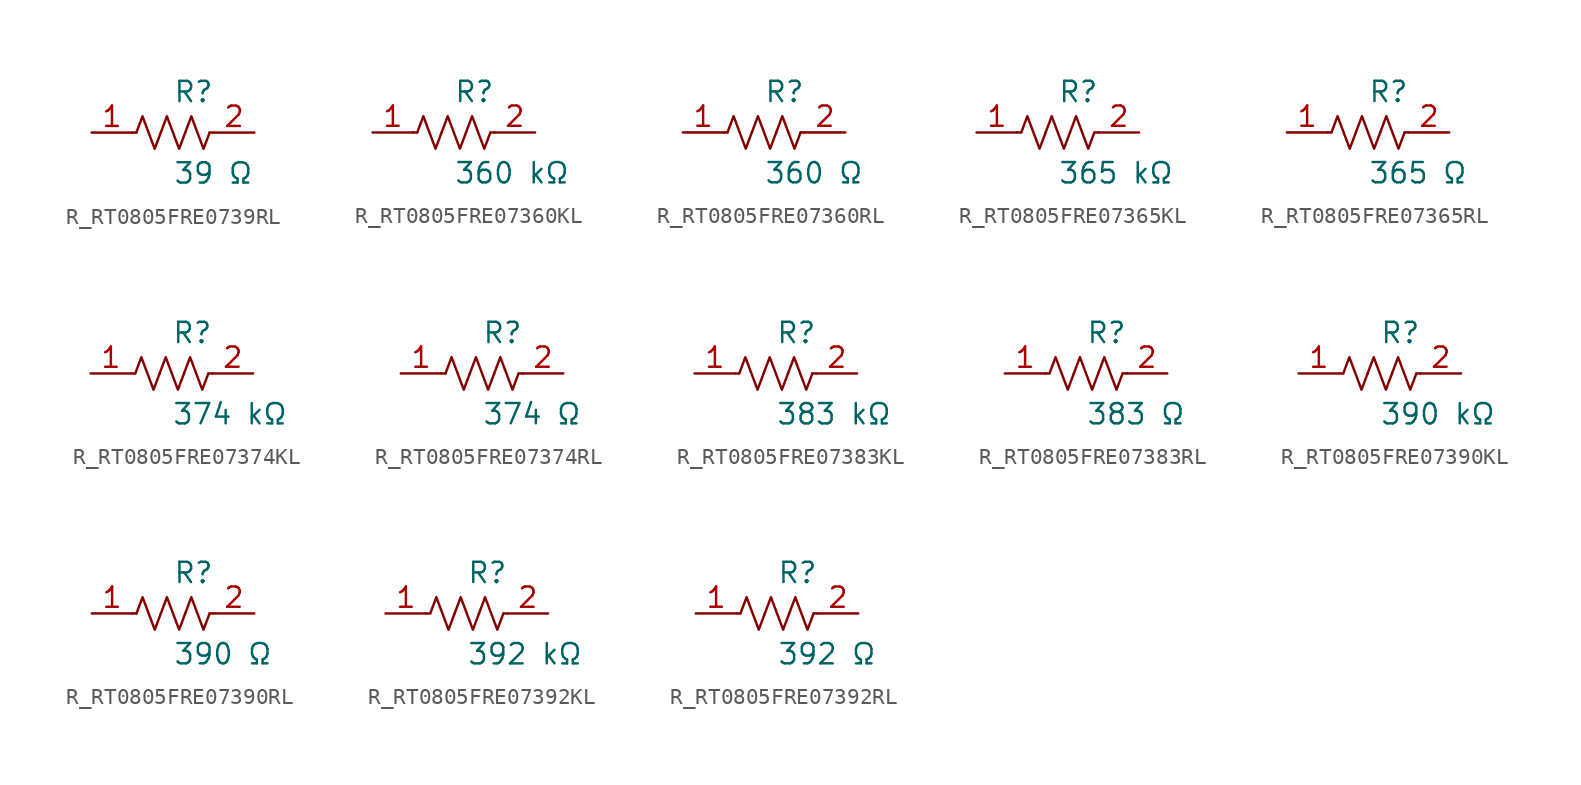
<source format=kicad_sym>
(kicad_symbol_lib
  (version 20231120)
  (generator kicad_symbol_editor)
  (generator_version 8.0)
  (symbol "R_RT0805FRE0739RL"
    (pin_names
      (offset 0.254))
    (property "Reference" "R"
      (at 0 2.54 0)
      (effects (font (size 1.27 1.27)) (justify left)))
    (property "Value" "39 Ω"
      (at 0 -2.54 0)
      (effects (font (size 1.27 1.27)) (justify left)))
    (symbol "R_RT0805FRE0739RL_0_1"
      (polyline (pts (xy 2.286 0) (xy 2.54 0)) (stroke (width 0) (type default)) (fill (type none)))
      (polyline (pts (xy -2.286 0) (xy -2.54 0)) (stroke (width 0) (type default)) (fill (type none)))
      (polyline (pts (xy 0.762 0) (xy 1.143 1.016) (xy 1.524 0) (xy 1.905 -1.016) (xy 2.286 0)) (stroke (width 0) (type default)) (fill (type none)))
      (polyline (pts (xy -0.762 0) (xy -0.381 1.016) (xy 0 0) (xy 0.381 -1.016) (xy 0.762 0)) (stroke (width 0) (type default)) (fill (type none)))
      (polyline (pts (xy -2.286 0) (xy -1.905 1.016) (xy -1.524 0) (xy -1.143 -1.016) (xy -0.762 0)) (stroke (width 0) (type default)) (fill (type none))))
    (pin passive line
      (at -5.08 0 0)
      (length 2.54)
      (name "" (effects (font (size 1.27 1.27))))
      (number "1" (effects (font (size 1.27 1.27)))))
    (pin passive line
      (at 5.08 0 180)
      (length 2.54)
      (name "" (effects (font (size 1.27 1.27))))
      (number "2" (effects (font (size 1.27 1.27))))))
  (symbol "R_RT0805FRE07360KL"
    (pin_names
      (offset 0.254))
    (property "Reference" "R"
      (at 0 2.54 0)
      (effects (font (size 1.27 1.27)) (justify left)))
    (property "Value" "360 kΩ"
      (at 0 -2.54 0)
      (effects (font (size 1.27 1.27)) (justify left)))
    (symbol "R_RT0805FRE07360KL_0_1"
      (polyline (pts (xy 2.286 0) (xy 2.54 0)) (stroke (width 0) (type default)) (fill (type none)))
      (polyline (pts (xy -2.286 0) (xy -2.54 0)) (stroke (width 0) (type default)) (fill (type none)))
      (polyline (pts (xy 0.762 0) (xy 1.143 1.016) (xy 1.524 0) (xy 1.905 -1.016) (xy 2.286 0)) (stroke (width 0) (type default)) (fill (type none)))
      (polyline (pts (xy -0.762 0) (xy -0.381 1.016) (xy 0 0) (xy 0.381 -1.016) (xy 0.762 0)) (stroke (width 0) (type default)) (fill (type none)))
      (polyline (pts (xy -2.286 0) (xy -1.905 1.016) (xy -1.524 0) (xy -1.143 -1.016) (xy -0.762 0)) (stroke (width 0) (type default)) (fill (type none))))
    (pin passive line
      (at -5.08 0 0)
      (length 2.54)
      (name "" (effects (font (size 1.27 1.27))))
      (number "1" (effects (font (size 1.27 1.27)))))
    (pin passive line
      (at 5.08 0 180)
      (length 2.54)
      (name "" (effects (font (size 1.27 1.27))))
      (number "2" (effects (font (size 1.27 1.27))))))
  (symbol "R_RT0805FRE07360RL"
    (pin_names
      (offset 0.254))
    (property "Reference" "R"
      (at 0 2.54 0)
      (effects (font (size 1.27 1.27)) (justify left)))
    (property "Value" "360 Ω"
      (at 0 -2.54 0)
      (effects (font (size 1.27 1.27)) (justify left)))
    (symbol "R_RT0805FRE07360RL_0_1"
      (polyline (pts (xy 2.286 0) (xy 2.54 0)) (stroke (width 0) (type default)) (fill (type none)))
      (polyline (pts (xy -2.286 0) (xy -2.54 0)) (stroke (width 0) (type default)) (fill (type none)))
      (polyline (pts (xy 0.762 0) (xy 1.143 1.016) (xy 1.524 0) (xy 1.905 -1.016) (xy 2.286 0)) (stroke (width 0) (type default)) (fill (type none)))
      (polyline (pts (xy -0.762 0) (xy -0.381 1.016) (xy 0 0) (xy 0.381 -1.016) (xy 0.762 0)) (stroke (width 0) (type default)) (fill (type none)))
      (polyline (pts (xy -2.286 0) (xy -1.905 1.016) (xy -1.524 0) (xy -1.143 -1.016) (xy -0.762 0)) (stroke (width 0) (type default)) (fill (type none))))
    (pin passive line
      (at -5.08 0 0)
      (length 2.54)
      (name "" (effects (font (size 1.27 1.27))))
      (number "1" (effects (font (size 1.27 1.27)))))
    (pin passive line
      (at 5.08 0 180)
      (length 2.54)
      (name "" (effects (font (size 1.27 1.27))))
      (number "2" (effects (font (size 1.27 1.27))))))
  (symbol "R_RT0805FRE07365KL"
    (pin_names
      (offset 0.254))
    (property "Reference" "R"
      (at 0 2.54 0)
      (effects (font (size 1.27 1.27)) (justify left)))
    (property "Value" "365 kΩ"
      (at 0 -2.54 0)
      (effects (font (size 1.27 1.27)) (justify left)))
    (symbol "R_RT0805FRE07365KL_0_1"
      (polyline (pts (xy 2.286 0) (xy 2.54 0)) (stroke (width 0) (type default)) (fill (type none)))
      (polyline (pts (xy -2.286 0) (xy -2.54 0)) (stroke (width 0) (type default)) (fill (type none)))
      (polyline (pts (xy 0.762 0) (xy 1.143 1.016) (xy 1.524 0) (xy 1.905 -1.016) (xy 2.286 0)) (stroke (width 0) (type default)) (fill (type none)))
      (polyline (pts (xy -0.762 0) (xy -0.381 1.016) (xy 0 0) (xy 0.381 -1.016) (xy 0.762 0)) (stroke (width 0) (type default)) (fill (type none)))
      (polyline (pts (xy -2.286 0) (xy -1.905 1.016) (xy -1.524 0) (xy -1.143 -1.016) (xy -0.762 0)) (stroke (width 0) (type default)) (fill (type none))))
    (pin passive line
      (at -5.08 0 0)
      (length 2.54)
      (name "" (effects (font (size 1.27 1.27))))
      (number "1" (effects (font (size 1.27 1.27)))))
    (pin passive line
      (at 5.08 0 180)
      (length 2.54)
      (name "" (effects (font (size 1.27 1.27))))
      (number "2" (effects (font (size 1.27 1.27))))))
  (symbol "R_RT0805FRE07365RL"
    (pin_names
      (offset 0.254))
    (property "Reference" "R"
      (at 0 2.54 0)
      (effects (font (size 1.27 1.27)) (justify left)))
    (property "Value" "365 Ω"
      (at 0 -2.54 0)
      (effects (font (size 1.27 1.27)) (justify left)))
    (symbol "R_RT0805FRE07365RL_0_1"
      (polyline (pts (xy 2.286 0) (xy 2.54 0)) (stroke (width 0) (type default)) (fill (type none)))
      (polyline (pts (xy -2.286 0) (xy -2.54 0)) (stroke (width 0) (type default)) (fill (type none)))
      (polyline (pts (xy 0.762 0) (xy 1.143 1.016) (xy 1.524 0) (xy 1.905 -1.016) (xy 2.286 0)) (stroke (width 0) (type default)) (fill (type none)))
      (polyline (pts (xy -0.762 0) (xy -0.381 1.016) (xy 0 0) (xy 0.381 -1.016) (xy 0.762 0)) (stroke (width 0) (type default)) (fill (type none)))
      (polyline (pts (xy -2.286 0) (xy -1.905 1.016) (xy -1.524 0) (xy -1.143 -1.016) (xy -0.762 0)) (stroke (width 0) (type default)) (fill (type none))))
    (pin passive line
      (at -5.08 0 0)
      (length 2.54)
      (name "" (effects (font (size 1.27 1.27))))
      (number "1" (effects (font (size 1.27 1.27)))))
    (pin passive line
      (at 5.08 0 180)
      (length 2.54)
      (name "" (effects (font (size 1.27 1.27))))
      (number "2" (effects (font (size 1.27 1.27))))))
  (symbol "R_RT0805FRE07374KL"
    (pin_names
      (offset 0.254))
    (property "Reference" "R"
      (at 0 2.54 0)
      (effects (font (size 1.27 1.27)) (justify left)))
    (property "Value" "374 kΩ"
      (at 0 -2.54 0)
      (effects (font (size 1.27 1.27)) (justify left)))
    (symbol "R_RT0805FRE07374KL_0_1"
      (polyline (pts (xy 2.286 0) (xy 2.54 0)) (stroke (width 0) (type default)) (fill (type none)))
      (polyline (pts (xy -2.286 0) (xy -2.54 0)) (stroke (width 0) (type default)) (fill (type none)))
      (polyline (pts (xy 0.762 0) (xy 1.143 1.016) (xy 1.524 0) (xy 1.905 -1.016) (xy 2.286 0)) (stroke (width 0) (type default)) (fill (type none)))
      (polyline (pts (xy -0.762 0) (xy -0.381 1.016) (xy 0 0) (xy 0.381 -1.016) (xy 0.762 0)) (stroke (width 0) (type default)) (fill (type none)))
      (polyline (pts (xy -2.286 0) (xy -1.905 1.016) (xy -1.524 0) (xy -1.143 -1.016) (xy -0.762 0)) (stroke (width 0) (type default)) (fill (type none))))
    (pin passive line
      (at -5.08 0 0)
      (length 2.54)
      (name "" (effects (font (size 1.27 1.27))))
      (number "1" (effects (font (size 1.27 1.27)))))
    (pin passive line
      (at 5.08 0 180)
      (length 2.54)
      (name "" (effects (font (size 1.27 1.27))))
      (number "2" (effects (font (size 1.27 1.27))))))
  (symbol "R_RT0805FRE07374RL"
    (pin_names
      (offset 0.254))
    (property "Reference" "R"
      (at 0 2.54 0)
      (effects (font (size 1.27 1.27)) (justify left)))
    (property "Value" "374 Ω"
      (at 0 -2.54 0)
      (effects (font (size 1.27 1.27)) (justify left)))
    (symbol "R_RT0805FRE07374RL_0_1"
      (polyline (pts (xy 2.286 0) (xy 2.54 0)) (stroke (width 0) (type default)) (fill (type none)))
      (polyline (pts (xy -2.286 0) (xy -2.54 0)) (stroke (width 0) (type default)) (fill (type none)))
      (polyline (pts (xy 0.762 0) (xy 1.143 1.016) (xy 1.524 0) (xy 1.905 -1.016) (xy 2.286 0)) (stroke (width 0) (type default)) (fill (type none)))
      (polyline (pts (xy -0.762 0) (xy -0.381 1.016) (xy 0 0) (xy 0.381 -1.016) (xy 0.762 0)) (stroke (width 0) (type default)) (fill (type none)))
      (polyline (pts (xy -2.286 0) (xy -1.905 1.016) (xy -1.524 0) (xy -1.143 -1.016) (xy -0.762 0)) (stroke (width 0) (type default)) (fill (type none))))
    (pin passive line
      (at -5.08 0 0)
      (length 2.54)
      (name "" (effects (font (size 1.27 1.27))))
      (number "1" (effects (font (size 1.27 1.27)))))
    (pin passive line
      (at 5.08 0 180)
      (length 2.54)
      (name "" (effects (font (size 1.27 1.27))))
      (number "2" (effects (font (size 1.27 1.27))))))
  (symbol "R_RT0805FRE07383KL"
    (pin_names
      (offset 0.254))
    (property "Reference" "R"
      (at 0 2.54 0)
      (effects (font (size 1.27 1.27)) (justify left)))
    (property "Value" "383 kΩ"
      (at 0 -2.54 0)
      (effects (font (size 1.27 1.27)) (justify left)))
    (symbol "R_RT0805FRE07383KL_0_1"
      (polyline (pts (xy 2.286 0) (xy 2.54 0)) (stroke (width 0) (type default)) (fill (type none)))
      (polyline (pts (xy -2.286 0) (xy -2.54 0)) (stroke (width 0) (type default)) (fill (type none)))
      (polyline (pts (xy 0.762 0) (xy 1.143 1.016) (xy 1.524 0) (xy 1.905 -1.016) (xy 2.286 0)) (stroke (width 0) (type default)) (fill (type none)))
      (polyline (pts (xy -0.762 0) (xy -0.381 1.016) (xy 0 0) (xy 0.381 -1.016) (xy 0.762 0)) (stroke (width 0) (type default)) (fill (type none)))
      (polyline (pts (xy -2.286 0) (xy -1.905 1.016) (xy -1.524 0) (xy -1.143 -1.016) (xy -0.762 0)) (stroke (width 0) (type default)) (fill (type none))))
    (pin passive line
      (at -5.08 0 0)
      (length 2.54)
      (name "" (effects (font (size 1.27 1.27))))
      (number "1" (effects (font (size 1.27 1.27)))))
    (pin passive line
      (at 5.08 0 180)
      (length 2.54)
      (name "" (effects (font (size 1.27 1.27))))
      (number "2" (effects (font (size 1.27 1.27))))))
  (symbol "R_RT0805FRE07383RL"
    (pin_names
      (offset 0.254))
    (property "Reference" "R"
      (at 0 2.54 0)
      (effects (font (size 1.27 1.27)) (justify left)))
    (property "Value" "383 Ω"
      (at 0 -2.54 0)
      (effects (font (size 1.27 1.27)) (justify left)))
    (symbol "R_RT0805FRE07383RL_0_1"
      (polyline (pts (xy 2.286 0) (xy 2.54 0)) (stroke (width 0) (type default)) (fill (type none)))
      (polyline (pts (xy -2.286 0) (xy -2.54 0)) (stroke (width 0) (type default)) (fill (type none)))
      (polyline (pts (xy 0.762 0) (xy 1.143 1.016) (xy 1.524 0) (xy 1.905 -1.016) (xy 2.286 0)) (stroke (width 0) (type default)) (fill (type none)))
      (polyline (pts (xy -0.762 0) (xy -0.381 1.016) (xy 0 0) (xy 0.381 -1.016) (xy 0.762 0)) (stroke (width 0) (type default)) (fill (type none)))
      (polyline (pts (xy -2.286 0) (xy -1.905 1.016) (xy -1.524 0) (xy -1.143 -1.016) (xy -0.762 0)) (stroke (width 0) (type default)) (fill (type none))))
    (pin passive line
      (at -5.08 0 0)
      (length 2.54)
      (name "" (effects (font (size 1.27 1.27))))
      (number "1" (effects (font (size 1.27 1.27)))))
    (pin passive line
      (at 5.08 0 180)
      (length 2.54)
      (name "" (effects (font (size 1.27 1.27))))
      (number "2" (effects (font (size 1.27 1.27))))))
  (symbol "R_RT0805FRE07390KL"
    (pin_names
      (offset 0.254))
    (property "Reference" "R"
      (at 0 2.54 0)
      (effects (font (size 1.27 1.27)) (justify left)))
    (property "Value" "390 kΩ"
      (at 0 -2.54 0)
      (effects (font (size 1.27 1.27)) (justify left)))
    (symbol "R_RT0805FRE07390KL_0_1"
      (polyline (pts (xy 2.286 0) (xy 2.54 0)) (stroke (width 0) (type default)) (fill (type none)))
      (polyline (pts (xy -2.286 0) (xy -2.54 0)) (stroke (width 0) (type default)) (fill (type none)))
      (polyline (pts (xy 0.762 0) (xy 1.143 1.016) (xy 1.524 0) (xy 1.905 -1.016) (xy 2.286 0)) (stroke (width 0) (type default)) (fill (type none)))
      (polyline (pts (xy -0.762 0) (xy -0.381 1.016) (xy 0 0) (xy 0.381 -1.016) (xy 0.762 0)) (stroke (width 0) (type default)) (fill (type none)))
      (polyline (pts (xy -2.286 0) (xy -1.905 1.016) (xy -1.524 0) (xy -1.143 -1.016) (xy -0.762 0)) (stroke (width 0) (type default)) (fill (type none))))
    (pin passive line
      (at -5.08 0 0)
      (length 2.54)
      (name "" (effects (font (size 1.27 1.27))))
      (number "1" (effects (font (size 1.27 1.27)))))
    (pin passive line
      (at 5.08 0 180)
      (length 2.54)
      (name "" (effects (font (size 1.27 1.27))))
      (number "2" (effects (font (size 1.27 1.27))))))
  (symbol "R_RT0805FRE07390RL"
    (pin_names
      (offset 0.254))
    (property "Reference" "R"
      (at 0 2.54 0)
      (effects (font (size 1.27 1.27)) (justify left)))
    (property "Value" "390 Ω"
      (at 0 -2.54 0)
      (effects (font (size 1.27 1.27)) (justify left)))
    (symbol "R_RT0805FRE07390RL_0_1"
      (polyline (pts (xy 2.286 0) (xy 2.54 0)) (stroke (width 0) (type default)) (fill (type none)))
      (polyline (pts (xy -2.286 0) (xy -2.54 0)) (stroke (width 0) (type default)) (fill (type none)))
      (polyline (pts (xy 0.762 0) (xy 1.143 1.016) (xy 1.524 0) (xy 1.905 -1.016) (xy 2.286 0)) (stroke (width 0) (type default)) (fill (type none)))
      (polyline (pts (xy -0.762 0) (xy -0.381 1.016) (xy 0 0) (xy 0.381 -1.016) (xy 0.762 0)) (stroke (width 0) (type default)) (fill (type none)))
      (polyline (pts (xy -2.286 0) (xy -1.905 1.016) (xy -1.524 0) (xy -1.143 -1.016) (xy -0.762 0)) (stroke (width 0) (type default)) (fill (type none))))
    (pin passive line
      (at -5.08 0 0)
      (length 2.54)
      (name "" (effects (font (size 1.27 1.27))))
      (number "1" (effects (font (size 1.27 1.27)))))
    (pin passive line
      (at 5.08 0 180)
      (length 2.54)
      (name "" (effects (font (size 1.27 1.27))))
      (number "2" (effects (font (size 1.27 1.27))))))
  (symbol "R_RT0805FRE07392KL"
    (pin_names
      (offset 0.254))
    (property "Reference" "R"
      (at 0 2.54 0)
      (effects (font (size 1.27 1.27)) (justify left)))
    (property "Value" "392 kΩ"
      (at 0 -2.54 0)
      (effects (font (size 1.27 1.27)) (justify left)))
    (symbol "R_RT0805FRE07392KL_0_1"
      (polyline (pts (xy 2.286 0) (xy 2.54 0)) (stroke (width 0) (type default)) (fill (type none)))
      (polyline (pts (xy -2.286 0) (xy -2.54 0)) (stroke (width 0) (type default)) (fill (type none)))
      (polyline (pts (xy 0.762 0) (xy 1.143 1.016) (xy 1.524 0) (xy 1.905 -1.016) (xy 2.286 0)) (stroke (width 0) (type default)) (fill (type none)))
      (polyline (pts (xy -0.762 0) (xy -0.381 1.016) (xy 0 0) (xy 0.381 -1.016) (xy 0.762 0)) (stroke (width 0) (type default)) (fill (type none)))
      (polyline (pts (xy -2.286 0) (xy -1.905 1.016) (xy -1.524 0) (xy -1.143 -1.016) (xy -0.762 0)) (stroke (width 0) (type default)) (fill (type none))))
    (pin passive line
      (at -5.08 0 0)
      (length 2.54)
      (name "" (effects (font (size 1.27 1.27))))
      (number "1" (effects (font (size 1.27 1.27)))))
    (pin passive line
      (at 5.08 0 180)
      (length 2.54)
      (name "" (effects (font (size 1.27 1.27))))
      (number "2" (effects (font (size 1.27 1.27))))))
  (symbol "R_RT0805FRE07392RL"
    (pin_names
      (offset 0.254))
    (property "Reference" "R"
      (at 0 2.54 0)
      (effects (font (size 1.27 1.27)) (justify left)))
    (property "Value" "392 Ω"
      (at 0 -2.54 0)
      (effects (font (size 1.27 1.27)) (justify left)))
    (symbol "R_RT0805FRE07392RL_0_1"
      (polyline (pts (xy 2.286 0) (xy 2.54 0)) (stroke (width 0) (type default)) (fill (type none)))
      (polyline (pts (xy -2.286 0) (xy -2.54 0)) (stroke (width 0) (type default)) (fill (type none)))
      (polyline (pts (xy 0.762 0) (xy 1.143 1.016) (xy 1.524 0) (xy 1.905 -1.016) (xy 2.286 0)) (stroke (width 0) (type default)) (fill (type none)))
      (polyline (pts (xy -0.762 0) (xy -0.381 1.016) (xy 0 0) (xy 0.381 -1.016) (xy 0.762 0)) (stroke (width 0) (type default)) (fill (type none)))
      (polyline (pts (xy -2.286 0) (xy -1.905 1.016) (xy -1.524 0) (xy -1.143 -1.016) (xy -0.762 0)) (stroke (width 0) (type default)) (fill (type none))))
    (pin passive line
      (at -5.08 0 0)
      (length 2.54)
      (name "" (effects (font (size 1.27 1.27))))
      (number "1" (effects (font (size 1.27 1.27)))))
    (pin passive line
      (at 5.08 0 180)
      (length 2.54)
      (name "" (effects (font (size 1.27 1.27))))
      (number "2" (effects (font (size 1.27 1.27)))))))
</source>
